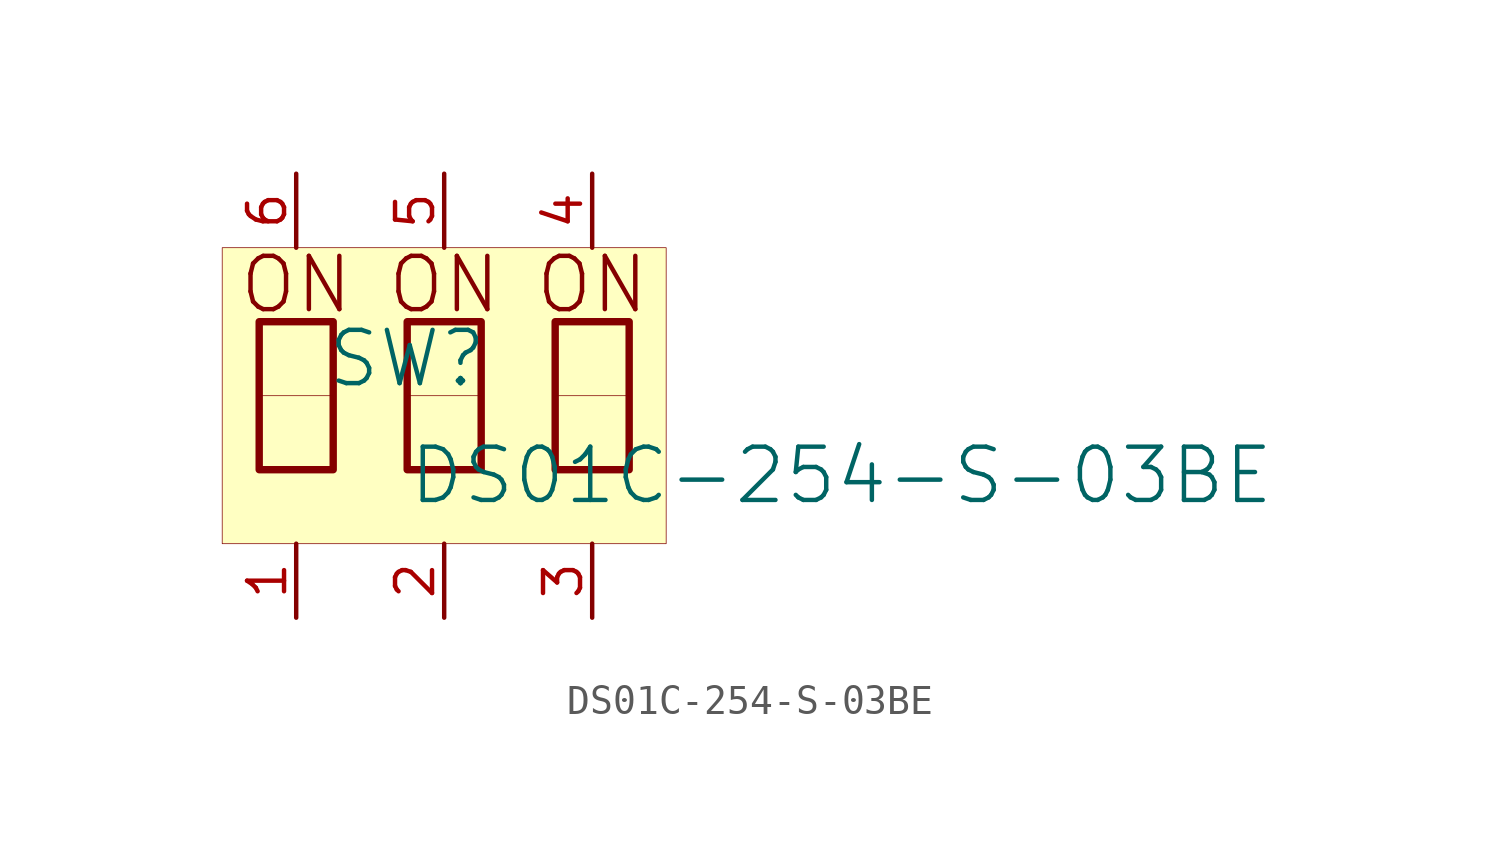
<source format=kicad_sym>
(kicad_symbol_lib
  (version 20231120)
  (generator "kicad_symbol_editor")
  (generator_version "8.0")
  (symbol "DS01C-254-S-03BE"
    (property "Reference" "SW"
      (at -1.27 1.27 0)
      (effects (font (size 1.829 1.829))))
    (property "Value" "DS01C-254-S-03BE"
      (at -1.27 -3.81 0)
      (effects (font (size 1.829 1.829)) (justify left bottom)))
    (symbol "DS01C-254-S-03BE_1_0"
      (rectangle (start -3.81 0) (end -6.35 -2.54) (stroke (width 0.025) (type solid) (color 128 0 0 1)) (fill (type color) (color 0 0 0 1)))
      (polyline (pts (xy -6.35 2.54) (xy -3.81 2.54) (xy -3.81 -2.54) (xy -6.35 -2.54) (xy -6.35 2.54)) (stroke (width 0.254) (type solid)) (fill (type none)))
      (polyline (pts (xy -1.27 2.54) (xy 1.27 2.54) (xy 1.27 -2.54) (xy -1.27 -2.54) (xy -1.27 2.54)) (stroke (width 0.254) (type solid)) (fill (type none)))
      (polyline (pts (xy 3.81 2.54) (xy 6.35 2.54) (xy 6.35 -2.54) (xy 3.81 -2.54) (xy 3.81 2.54)) (stroke (width 0.254) (type solid)) (fill (type none)))
      (rectangle (start 1.27 0) (end -1.27 -2.54) (stroke (width 0.025) (type solid) (color 128 0 0 1)) (fill (type color) (color 0 0 0 1)))
      (rectangle (start 6.35 0) (end 3.81 -2.54) (stroke (width 0.025) (type solid) (color 128 0 0 1)) (fill (type color) (color 0 0 0 1)))
      (rectangle (start 7.62 5.08) (end -7.62 -5.08) (stroke (width 0.025) (type solid) (color 128 0 0 1)) (fill (type background)))
      (text "ON" (at -5.08 3.81 0) (effects (font (size 1.829 1.829))))
      (text "ON" (at 0 3.81 0) (effects (font (size 1.829 1.829))))
      (text "ON" (at 5.08 3.81 0) (effects (font (size 1.829 1.829))))
      (pin passive line (at -5.08 -7.62 90) (length 2.54) (name "1" (effects (font (size 0 0)))) (number "1" (effects (font (size 1.27 1.27)))))
      (pin passive line (at 0 -7.62 90) (length 2.54) (name "2" (effects (font (size 0 0)))) (number "2" (effects (font (size 1.27 1.27)))))
      (pin passive line (at 5.08 -7.62 90) (length 2.54) (name "3" (effects (font (size 0 0)))) (number "3" (effects (font (size 1.27 1.27)))))
      (pin passive line (at 5.08 7.62 270) (length 2.54) (name "4" (effects (font (size 0 0)))) (number "4" (effects (font (size 1.27 1.27)))))
      (pin passive line (at 0 7.62 270) (length 2.54) (name "5" (effects (font (size 0 0)))) (number "5" (effects (font (size 1.27 1.27)))))
      (pin passive line (at -5.08 7.62 270) (length 2.54) (name "6" (effects (font (size 0 0)))) (number "6" (effects (font (size 1.27 1.27))))))))
</source>
